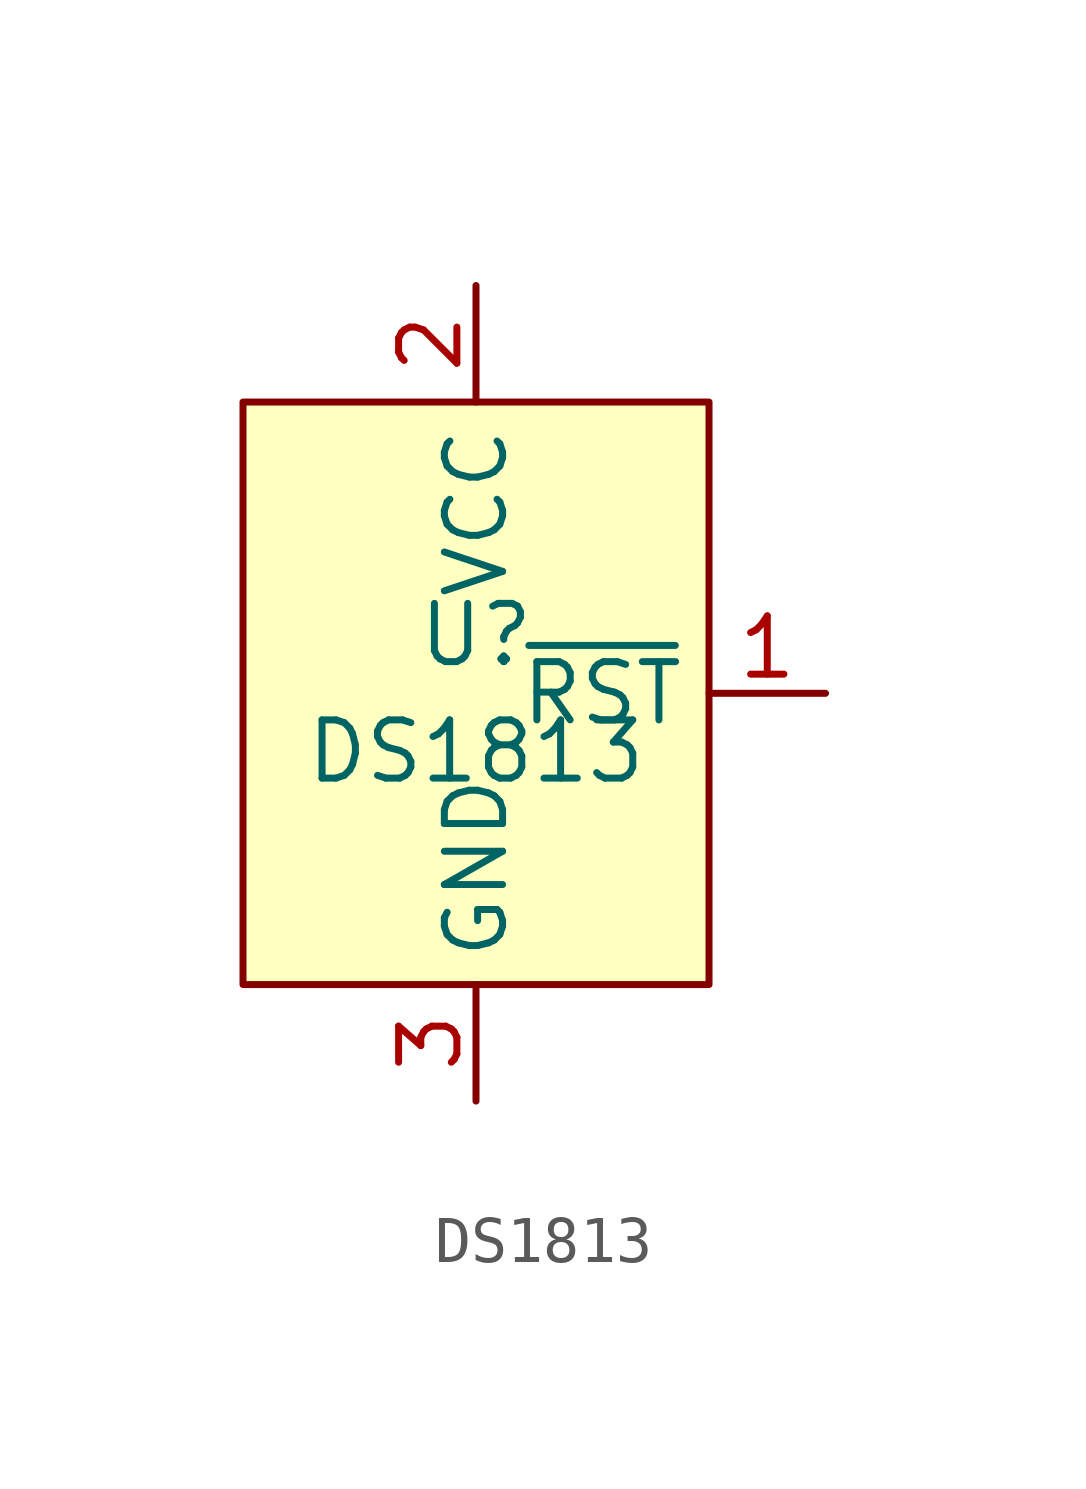
<source format=kicad_sym>
(kicad_symbol_lib
  (version 20220914)
  (generator kicad_symbol_editor)
  (symbol "DS1813"
    (property "Reference" "U"
      (at 0 1.27 0)
      (effects (font (size 1.27 1.27))))
    (property "Value" "DS1813"
      (at 0 -1.27 0)
      (effects (font (size 1.27 1.27))))
    (symbol "DS1813_1_1"
      (rectangle (start -5.08 6.35) (end 5.08 -6.35) (stroke (width 0) (type default)) (fill (type background)))
      (pin output line (at 7.62 0 180) (length 2.54) (name "~{RST}" (effects (font (size 1.27 1.27)))) (number "1" (effects (font (size 1.27 1.27)))))
      (pin passive line (at 0 8.89 270) (length 2.54) (name "VCC" (effects (font (size 1.27 1.27)))) (number "2" (effects (font (size 1.27 1.27)))))
      (pin passive line (at 0 -8.89 90) (length 2.54) (name "GND" (effects (font (size 1.27 1.27)))) (number "3" (effects (font (size 1.27 1.27))))))))
</source>
